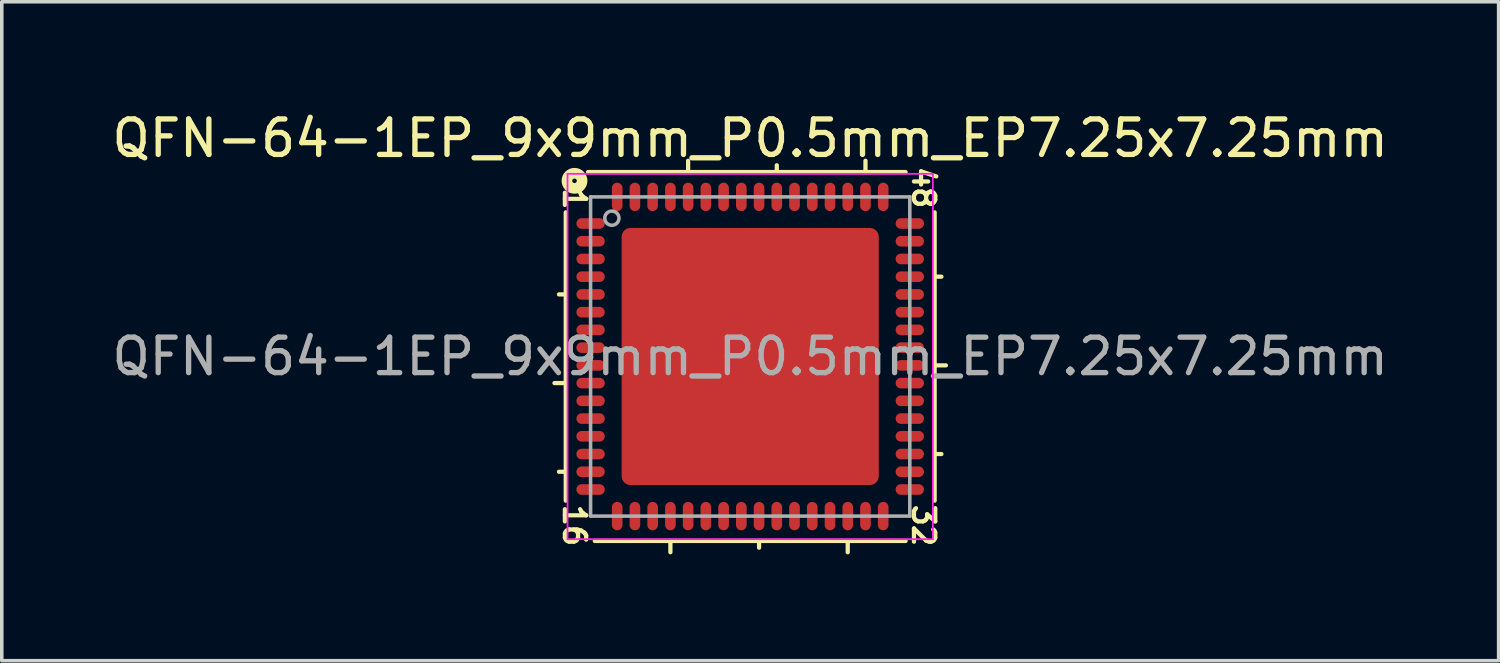
<source format=kicad_pcb>
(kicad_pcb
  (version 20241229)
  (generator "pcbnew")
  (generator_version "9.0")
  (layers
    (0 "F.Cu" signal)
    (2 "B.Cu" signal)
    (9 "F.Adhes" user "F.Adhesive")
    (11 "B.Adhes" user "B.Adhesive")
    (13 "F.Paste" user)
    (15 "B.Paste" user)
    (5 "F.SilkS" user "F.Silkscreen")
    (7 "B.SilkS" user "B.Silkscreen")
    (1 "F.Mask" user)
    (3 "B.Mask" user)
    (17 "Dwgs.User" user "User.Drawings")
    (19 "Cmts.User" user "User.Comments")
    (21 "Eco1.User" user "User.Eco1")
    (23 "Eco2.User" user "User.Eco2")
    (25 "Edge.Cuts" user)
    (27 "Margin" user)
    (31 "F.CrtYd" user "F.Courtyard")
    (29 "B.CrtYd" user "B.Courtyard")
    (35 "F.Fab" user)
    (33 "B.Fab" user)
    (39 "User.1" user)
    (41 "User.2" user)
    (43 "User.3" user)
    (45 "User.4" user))
  (footprint "QFN-64-1EP_9x9mm_P0.5mm_EP7.25x7.25mm"
    (layer "F.Cu")
    (at 18.101 7.001)
    (property "Reference" "QFN-64-1EP_9x9mm_P0.5mm_EP7.25x7.25mm" (at 0 -6.152 0) (layer "F.SilkS") (effects (font (size 1 1) (thickness 0.15))))
    (attr smd)
    (fp_line (start -5.2 -4.064) (end -5.2 4.064) (stroke (width 0.12) (type solid)) (layer "F.SilkS"))
    (fp_line (start -5.2 -1.75) (end -5.391 -1.75) (stroke (width 0.12) (type solid)) (layer "F.SilkS"))
    (fp_line (start -5.2 0.75) (end -5.518 0.75) (stroke (width 0.12) (type solid)) (layer "F.SilkS"))
    (fp_line (start -5.2 3.25) (end -5.391 3.25) (stroke (width 0.12) (type solid)) (layer "F.SilkS"))
    (fp_line (start -4.381 5.2) (end 4.381 5.2) (stroke (width 0.12) (type solid)) (layer "F.SilkS"))
    (fp_line (start -2.25 5.2) (end -2.25 5.518) (stroke (width 0.12) (type solid)) (layer "F.SilkS"))
    (fp_line (start -1.75 -5.2) (end -1.75 -5.518) (stroke (width 0.12) (type solid)) (layer "F.SilkS"))
    (fp_line (start 0.25 5.2) (end 0.25 5.391) (stroke (width 0.12) (type solid)) (layer "F.SilkS"))
    (fp_line (start 0.75 -5.2) (end 0.75 -5.391) (stroke (width 0.12) (type solid)) (layer "F.SilkS"))
    (fp_line (start 2.75 5.2) (end 2.75 5.518) (stroke (width 0.12) (type solid)) (layer "F.SilkS"))
    (fp_line (start 3.25 -5.2) (end 3.25 -5.518) (stroke (width 0.12) (type solid)) (layer "F.SilkS"))
    (fp_line (start 4.381 -5.2) (end -4.572 -5.2) (stroke (width 0.12) (type solid)) (layer "F.SilkS"))
    (fp_line (start 5.2 -2.25) (end 5.391 -2.25) (stroke (width 0.12) (type solid)) (layer "F.SilkS"))
    (fp_line (start 5.2 0.25) (end 5.518 0.25) (stroke (width 0.12) (type solid)) (layer "F.SilkS"))
    (fp_line (start 5.2 2.75) (end 5.391 2.75) (stroke (width 0.12) (type solid)) (layer "F.SilkS"))
    (fp_line (start 5.2 4.064) (end 5.2 -4.064) (stroke (width 0.12) (type solid)) (layer "F.SilkS"))
    (fp_circle (center -4.953 -4.953) (end -4.889 -4.953) (stroke (width 0.3) (type solid)) (fill no) (layer "F.SilkS"))
    (fp_line (start -5.15 -5.15) (end -5.15 5.15) (stroke (width 0.05) (type solid)) (layer "F.CrtYd"))
    (fp_line (start -5.15 -5.15) (end 5.15 -5.15) (stroke (width 0.05) (type solid)) (layer "F.CrtYd"))
    (fp_line (start -5.15 5.15) (end 5.15 5.15) (stroke (width 0.05) (type solid)) (layer "F.CrtYd"))
    (fp_line (start 5.15 -5.15) (end 5.15 5.15) (stroke (width 0.05) (type solid)) (layer "F.CrtYd"))
    (fp_line (start -4.5 -4.5) (end 4.5 -4.5) (stroke (width 0.1) (type solid)) (layer "F.Fab"))
    (fp_line (start -4.5 4.5) (end -4.5 -4.5) (stroke (width 0.1) (type solid)) (layer "F.Fab"))
    (fp_line (start 4.5 -4.5) (end 4.5 4.5) (stroke (width 0.1) (type solid)) (layer "F.Fab"))
    (fp_line (start 4.5 4.5) (end -4.5 4.5) (stroke (width 0.1) (type solid)) (layer "F.Fab"))
    (fp_circle (center -3.9 -3.9) (end -3.7 -3.9) (stroke (width 0.1) (type solid)) (fill no) (layer "F.Fab"))
    (fp_text user "48" (at 4.889 -4.763 270) (unlocked yes) (layer "F.SilkS") (effects (font (size 0.6 0.6) (thickness 0.12))))
    (fp_text user "16" (at -4.953 4.763 270) (unlocked yes) (layer "F.SilkS") (effects (font (size 0.6 0.6) (thickness 0.12))))
    (fp_text user "32" (at 4.889 4.763 270) (unlocked yes) (layer "F.SilkS") (effects (font (size 0.6 0.6) (thickness 0.12))))
    (fp_text user "1" (at -4.953 -4.445 270) (unlocked yes) (layer "F.SilkS") (effects (font (size 0.6 0.6) (thickness 0.12))))
    (fp_text user "${REFERENCE}" (at 0 0 0) (layer "F.Fab") (effects (font (size 1 1) (thickness 0.15))))
    (pad "" smd roundrect (at -2.8 -2.8) (size 1.19 1.19) (layers "F.Paste") (roundrect_rratio 0.21))
    (pad "" smd roundrect (at -2.8 -1.4) (size 1.19 1.19) (layers "F.Paste") (roundrect_rratio 0.21))
    (pad "" smd roundrect (at -2.8 0) (size 1.19 1.19) (layers "F.Paste") (roundrect_rratio 0.21))
    (pad "" smd roundrect (at -2.8 1.4) (size 1.19 1.19) (layers "F.Paste") (roundrect_rratio 0.21))
    (pad "" smd roundrect (at -2.8 2.8) (size 1.19 1.19) (layers "F.Paste") (roundrect_rratio 0.21))
    (pad "" smd roundrect (at -1.4 -2.8) (size 1.19 1.19) (layers "F.Paste") (roundrect_rratio 0.21))
    (pad "" smd roundrect (at -1.4 -1.4) (size 1.19 1.19) (layers "F.Paste") (roundrect_rratio 0.21))
    (pad "" smd roundrect (at -1.4 0) (size 1.19 1.19) (layers "F.Paste") (roundrect_rratio 0.21))
    (pad "" smd roundrect (at -1.4 1.4) (size 1.19 1.19) (layers "F.Paste") (roundrect_rratio 0.21))
    (pad "" smd roundrect (at -1.4 2.8) (size 1.19 1.19) (layers "F.Paste") (roundrect_rratio 0.21))
    (pad "" smd roundrect (at 0 -2.8) (size 1.19 1.19) (layers "F.Paste") (roundrect_rratio 0.21))
    (pad "" smd roundrect (at 0 -1.4) (size 1.19 1.19) (layers "F.Paste") (roundrect_rratio 0.21))
    (pad "" smd roundrect (at 0 0) (size 1.19 1.19) (layers "F.Paste") (roundrect_rratio 0.21))
    (pad "" smd roundrect (at 0 1.4) (size 1.19 1.19) (layers "F.Paste") (roundrect_rratio 0.21))
    (pad "" smd roundrect (at 0 2.8) (size 1.19 1.19) (layers "F.Paste") (roundrect_rratio 0.21))
    (pad "" smd roundrect (at 1.4 -2.8) (size 1.19 1.19) (layers "F.Paste") (roundrect_rratio 0.21))
    (pad "" smd roundrect (at 1.4 -1.4) (size 1.19 1.19) (layers "F.Paste") (roundrect_rratio 0.21))
    (pad "" smd roundrect (at 1.4 0) (size 1.19 1.19) (layers "F.Paste") (roundrect_rratio 0.21))
    (pad "" smd roundrect (at 1.4 1.4) (size 1.19 1.19) (layers "F.Paste") (roundrect_rratio 0.21))
    (pad "" smd roundrect (at 1.4 2.8) (size 1.19 1.19) (layers "F.Paste") (roundrect_rratio 0.21))
    (pad "" smd roundrect (at 2.8 -2.8) (size 1.19 1.19) (layers "F.Paste") (roundrect_rratio 0.21))
    (pad "" smd roundrect (at 2.8 -1.4) (size 1.19 1.19) (layers "F.Paste") (roundrect_rratio 0.21))
    (pad "" smd roundrect (at 2.8 0) (size 1.19 1.19) (layers "F.Paste") (roundrect_rratio 0.21))
    (pad "" smd roundrect (at 2.8 1.4) (size 1.19 1.19) (layers "F.Paste") (roundrect_rratio 0.21))
    (pad "" smd roundrect (at 2.8 2.8) (size 1.19 1.19) (layers "F.Paste") (roundrect_rratio 0.21))
    (pad "1" smd oval (at -4.5 -3.75) (size 0.8 0.3) (layers "F.Cu" "F.Mask" "F.Paste"))
    (pad "2" smd oval (at -4.5 -3.25) (size 0.8 0.3) (layers "F.Cu" "F.Mask" "F.Paste"))
    (pad "3" smd oval (at -4.5 -2.75) (size 0.8 0.3) (layers "F.Cu" "F.Mask" "F.Paste"))
    (pad "4" smd oval (at -4.5 -2.25) (size 0.8 0.3) (layers "F.Cu" "F.Mask" "F.Paste"))
    (pad "5" smd oval (at -4.5 -1.75) (size 0.8 0.3) (layers "F.Cu" "F.Mask" "F.Paste"))
    (pad "6" smd oval (at -4.5 -1.25) (size 0.8 0.3) (layers "F.Cu" "F.Mask" "F.Paste"))
    (pad "7" smd oval (at -4.5 -0.75) (size 0.8 0.3) (layers "F.Cu" "F.Mask" "F.Paste"))
    (pad "8" smd oval (at -4.5 -0.25) (size 0.8 0.3) (layers "F.Cu" "F.Mask" "F.Paste"))
    (pad "9" smd oval (at -4.5 0.25) (size 0.8 0.3) (layers "F.Cu" "F.Mask" "F.Paste"))
    (pad "10" smd oval (at -4.5 0.75) (size 0.8 0.3) (layers "F.Cu" "F.Mask" "F.Paste"))
    (pad "11" smd oval (at -4.5 1.25) (size 0.8 0.3) (layers "F.Cu" "F.Mask" "F.Paste"))
    (pad "12" smd oval (at -4.5 1.75) (size 0.8 0.3) (layers "F.Cu" "F.Mask" "F.Paste"))
    (pad "13" smd oval (at -4.5 2.25) (size 0.8 0.3) (layers "F.Cu" "F.Mask" "F.Paste"))
    (pad "14" smd oval (at -4.5 2.75) (size 0.8 0.3) (layers "F.Cu" "F.Mask" "F.Paste"))
    (pad "15" smd oval (at -4.5 3.25) (size 0.8 0.3) (layers "F.Cu" "F.Mask" "F.Paste"))
    (pad "16" smd oval (at -4.5 3.75) (size 0.8 0.3) (layers "F.Cu" "F.Mask" "F.Paste"))
    (pad "17" smd oval (at -3.75 4.5 90) (size 0.8 0.3) (layers "F.Cu" "F.Mask" "F.Paste"))
    (pad "18" smd oval (at -3.25 4.5 90) (size 0.8 0.3) (layers "F.Cu" "F.Mask" "F.Paste"))
    (pad "19" smd oval (at -2.75 4.5 90) (size 0.8 0.3) (layers "F.Cu" "F.Mask" "F.Paste"))
    (pad "20" smd oval (at -2.25 4.5 90) (size 0.8 0.3) (layers "F.Cu" "F.Mask" "F.Paste"))
    (pad "21" smd oval (at -1.75 4.5 90) (size 0.8 0.3) (layers "F.Cu" "F.Mask" "F.Paste"))
    (pad "22" smd oval (at -1.25 4.5 90) (size 0.8 0.3) (layers "F.Cu" "F.Mask" "F.Paste"))
    (pad "23" smd oval (at -0.75 4.5 90) (size 0.8 0.3) (layers "F.Cu" "F.Mask" "F.Paste"))
    (pad "24" smd oval (at -0.25 4.5 90) (size 0.8 0.3) (layers "F.Cu" "F.Mask" "F.Paste"))
    (pad "25" smd oval (at 0.25 4.5 90) (size 0.8 0.3) (layers "F.Cu" "F.Mask" "F.Paste"))
    (pad "26" smd oval (at 0.75 4.5 90) (size 0.8 0.3) (layers "F.Cu" "F.Mask" "F.Paste"))
    (pad "27" smd oval (at 1.25 4.5 90) (size 0.8 0.3) (layers "F.Cu" "F.Mask" "F.Paste"))
    (pad "28" smd oval (at 1.75 4.5 90) (size 0.8 0.3) (layers "F.Cu" "F.Mask" "F.Paste"))
    (pad "29" smd oval (at 2.25 4.5 90) (size 0.8 0.3) (layers "F.Cu" "F.Mask" "F.Paste"))
    (pad "30" smd oval (at 2.75 4.5 90) (size 0.8 0.3) (layers "F.Cu" "F.Mask" "F.Paste"))
    (pad "31" smd oval (at 3.25 4.5 90) (size 0.8 0.3) (layers "F.Cu" "F.Mask" "F.Paste"))
    (pad "32" smd oval (at 3.75 4.5 90) (size 0.8 0.3) (layers "F.Cu" "F.Mask" "F.Paste"))
    (pad "33" smd oval (at 4.5 3.75) (size 0.8 0.3) (layers "F.Cu" "F.Mask" "F.Paste"))
    (pad "34" smd oval (at 4.5 3.25) (size 0.8 0.3) (layers "F.Cu" "F.Mask" "F.Paste"))
    (pad "35" smd oval (at 4.5 2.75) (size 0.8 0.3) (layers "F.Cu" "F.Mask" "F.Paste"))
    (pad "36" smd oval (at 4.5 2.25) (size 0.8 0.3) (layers "F.Cu" "F.Mask" "F.Paste"))
    (pad "37" smd oval (at 4.5 1.75) (size 0.8 0.3) (layers "F.Cu" "F.Mask" "F.Paste"))
    (pad "38" smd oval (at 4.5 1.25) (size 0.8 0.3) (layers "F.Cu" "F.Mask" "F.Paste"))
    (pad "39" smd oval (at 4.5 0.75) (size 0.8 0.3) (layers "F.Cu" "F.Mask" "F.Paste"))
    (pad "40" smd oval (at 4.5 0.25) (size 0.8 0.3) (layers "F.Cu" "F.Mask" "F.Paste"))
    (pad "41" smd oval (at 4.5 -0.25) (size 0.8 0.3) (layers "F.Cu" "F.Mask" "F.Paste"))
    (pad "42" smd oval (at 4.5 -0.75) (size 0.8 0.3) (layers "F.Cu" "F.Mask" "F.Paste"))
    (pad "43" smd oval (at 4.5 -1.25) (size 0.8 0.3) (layers "F.Cu" "F.Mask" "F.Paste"))
    (pad "44" smd oval (at 4.5 -1.75) (size 0.8 0.3) (layers "F.Cu" "F.Mask" "F.Paste"))
    (pad "45" smd oval (at 4.5 -2.25) (size 0.8 0.3) (layers "F.Cu" "F.Mask" "F.Paste"))
    (pad "46" smd oval (at 4.5 -2.75) (size 0.8 0.3) (layers "F.Cu" "F.Mask" "F.Paste"))
    (pad "47" smd oval (at 4.5 -3.25) (size 0.8 0.3) (layers "F.Cu" "F.Mask" "F.Paste"))
    (pad "48" smd oval (at 4.5 -3.75) (size 0.8 0.3) (layers "F.Cu" "F.Mask" "F.Paste"))
    (pad "49" smd oval (at 3.75 -4.5 90) (size 0.8 0.3) (layers "F.Cu" "F.Mask" "F.Paste"))
    (pad "50" smd oval (at 3.25 -4.5 90) (size 0.8 0.3) (layers "F.Cu" "F.Mask" "F.Paste"))
    (pad "51" smd oval (at 2.75 -4.5 90) (size 0.8 0.3) (layers "F.Cu" "F.Mask" "F.Paste"))
    (pad "52" smd oval (at 2.25 -4.5 90) (size 0.8 0.3) (layers "F.Cu" "F.Mask" "F.Paste"))
    (pad "53" smd oval (at 1.75 -4.5 90) (size 0.8 0.3) (layers "F.Cu" "F.Mask" "F.Paste"))
    (pad "54" smd oval (at 1.25 -4.5 90) (size 0.8 0.3) (layers "F.Cu" "F.Mask" "F.Paste"))
    (pad "55" smd oval (at 0.75 -4.5 90) (size 0.8 0.3) (layers "F.Cu" "F.Mask" "F.Paste"))
    (pad "56" smd oval (at 0.25 -4.5 90) (size 0.8 0.3) (layers "F.Cu" "F.Mask" "F.Paste"))
    (pad "57" smd oval (at -0.25 -4.5 90) (size 0.8 0.3) (layers "F.Cu" "F.Mask" "F.Paste"))
    (pad "58" smd oval (at -0.75 -4.5 90) (size 0.8 0.3) (layers "F.Cu" "F.Mask" "F.Paste"))
    (pad "59" smd oval (at -1.25 -4.5 90) (size 0.8 0.3) (layers "F.Cu" "F.Mask" "F.Paste"))
    (pad "60" smd oval (at -1.75 -4.5 90) (size 0.8 0.3) (layers "F.Cu" "F.Mask" "F.Paste"))
    (pad "61" smd oval (at -2.25 -4.5 90) (size 0.8 0.3) (layers "F.Cu" "F.Mask" "F.Paste"))
    (pad "62" smd oval (at -2.75 -4.5 90) (size 0.8 0.3) (layers "F.Cu" "F.Mask" "F.Paste"))
    (pad "63" smd oval (at -3.25 -4.5 90) (size 0.8 0.3) (layers "F.Cu" "F.Mask" "F.Paste"))
    (pad "64" smd oval (at -3.75 -4.5 90) (size 0.8 0.3) (layers "F.Cu" "F.Mask" "F.Paste"))
    (pad "65" smd roundrect (at 0 0) (size 7.25 7.25) (layers "F.Cu" "F.Mask") (roundrect_rratio 0.034)))
  (gr_rect
    (start -3 -3)
    (end 39.202 15.578)
    (stroke (width 0.1) (type default))
    (fill no)
    (layer "Edge.Cuts")))
</source>
